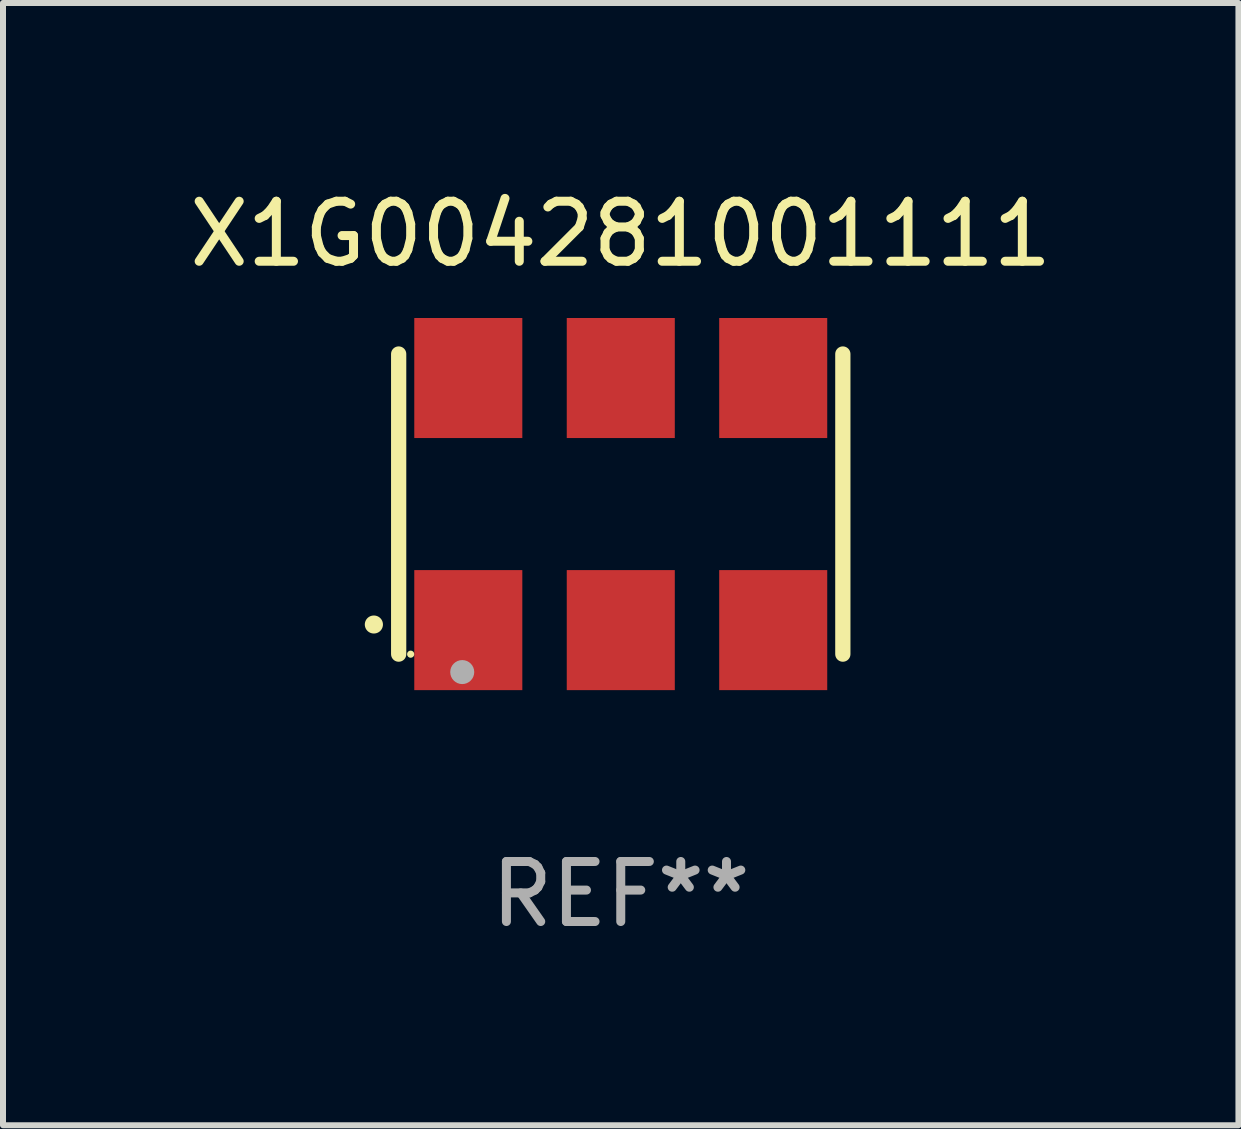
<source format=kicad_pcb>
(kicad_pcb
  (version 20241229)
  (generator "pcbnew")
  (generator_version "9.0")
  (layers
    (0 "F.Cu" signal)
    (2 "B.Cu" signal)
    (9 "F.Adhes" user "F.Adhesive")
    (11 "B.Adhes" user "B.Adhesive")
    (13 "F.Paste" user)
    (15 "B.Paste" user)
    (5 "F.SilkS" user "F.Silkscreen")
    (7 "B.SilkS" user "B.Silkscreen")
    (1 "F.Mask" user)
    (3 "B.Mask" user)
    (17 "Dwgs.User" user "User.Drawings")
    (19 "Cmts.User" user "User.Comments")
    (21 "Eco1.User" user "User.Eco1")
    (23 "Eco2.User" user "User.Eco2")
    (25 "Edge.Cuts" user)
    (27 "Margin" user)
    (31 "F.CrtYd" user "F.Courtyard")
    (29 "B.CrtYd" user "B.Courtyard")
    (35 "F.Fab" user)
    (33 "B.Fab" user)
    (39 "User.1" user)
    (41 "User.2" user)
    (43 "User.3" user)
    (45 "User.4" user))
  (footprint "X1G004281001111"
    (layer "F.Cu")
    (at 7.292 5.348)
    (property "Reference" "X1G004281001111" (at 0 -4.5 0) (layer "F.SilkS") (effects (font (size 1 1) (thickness 0.15))))
    (attr through_hole)
    (fp_line (start -3.7 -2.5) (end -3.7 2.5) (stroke (width 0.254) (type solid)) (layer "F.SilkS"))
    (fp_line (start 3.7 -2.5) (end 3.7 2.5) (stroke (width 0.254) (type solid)) (layer "F.SilkS"))
    (fp_arc (start -4.114415 2.006604) (mid -4.113145 2.006599) (end -4.111875 2.006604) (stroke (width 0.3) (type solid)) (layer "F.SilkS"))
    (fp_circle (center -3.5 2.501) (end -3.47 2.501) (stroke (width 0.06) (type solid)) (fill no) (layer "F.SilkS"))
    (fp_circle (center -2.641 2.799) (end -2.541 2.799) (stroke (width 0.2) (type solid)) (fill no) (layer "F.Fab"))
    (fp_text user "REF**" (at 0 6.5 0) (layer "F.Fab") (effects (font (size 1 1) (thickness 0.15))))
    (pad "1" smd rect (at -2.54 2.1) (size 1.8 2) (layers "F.Cu" "F.Mask" "F.Paste"))
    (pad "2" smd rect (at 0.000394 2.1) (size 1.8 2) (layers "F.Cu" "F.Mask" "F.Paste"))
    (pad "3" smd rect (at 2.54 2.1) (size 1.8 2) (layers "F.Cu" "F.Mask" "F.Paste"))
    (pad "4" smd rect (at 2.54 -2.1) (size 1.8 2) (layers "F.Cu" "F.Mask" "F.Paste"))
    (pad "5" smd rect (at 0.000394 -2.1) (size 1.8 2) (layers "F.Cu" "F.Mask" "F.Paste"))
    (pad "6" smd rect (at -2.54 -2.1) (size 1.8 2) (layers "F.Cu" "F.Mask" "F.Paste")))
  (gr_rect
    (start -3 -3)
    (end 17.583 15.697)
    (stroke (width 0.1) (type default))
    (fill no)
    (layer "Edge.Cuts")))
</source>
